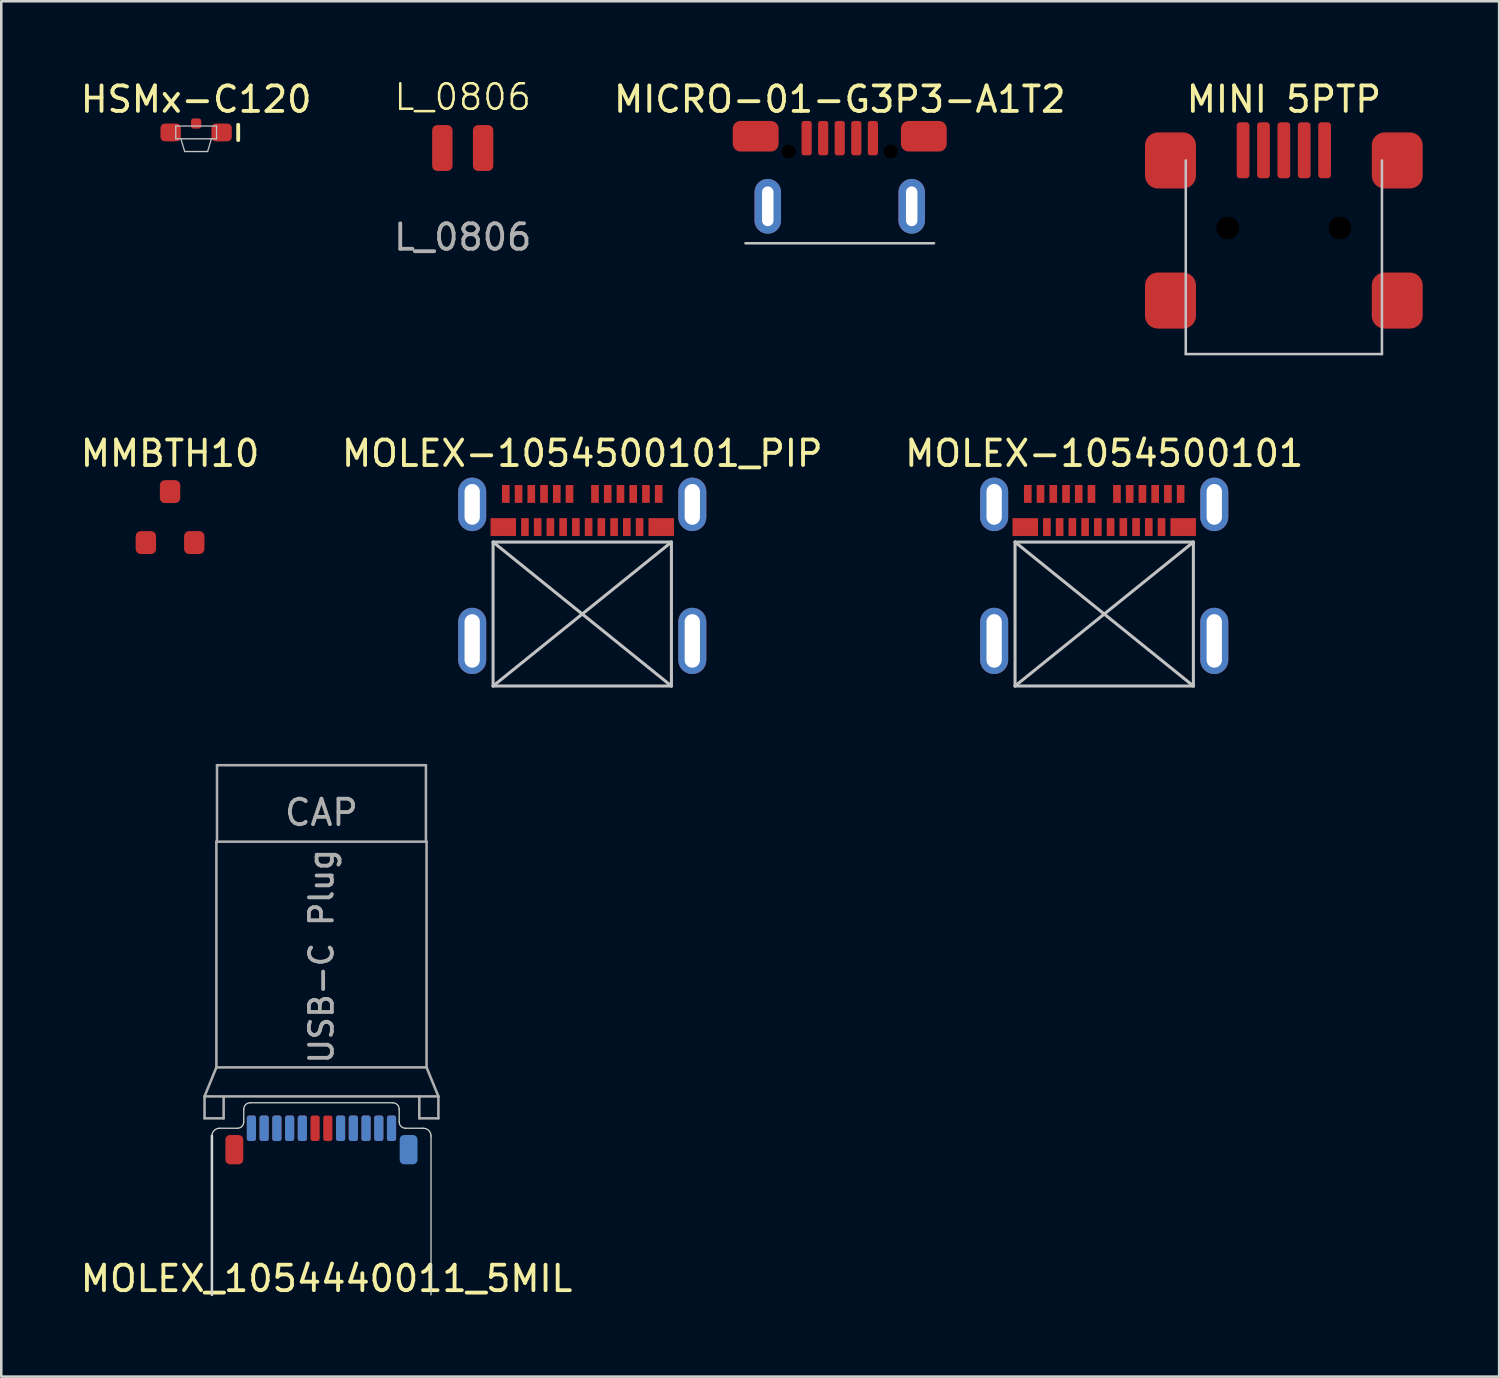
<source format=kicad_pcb>
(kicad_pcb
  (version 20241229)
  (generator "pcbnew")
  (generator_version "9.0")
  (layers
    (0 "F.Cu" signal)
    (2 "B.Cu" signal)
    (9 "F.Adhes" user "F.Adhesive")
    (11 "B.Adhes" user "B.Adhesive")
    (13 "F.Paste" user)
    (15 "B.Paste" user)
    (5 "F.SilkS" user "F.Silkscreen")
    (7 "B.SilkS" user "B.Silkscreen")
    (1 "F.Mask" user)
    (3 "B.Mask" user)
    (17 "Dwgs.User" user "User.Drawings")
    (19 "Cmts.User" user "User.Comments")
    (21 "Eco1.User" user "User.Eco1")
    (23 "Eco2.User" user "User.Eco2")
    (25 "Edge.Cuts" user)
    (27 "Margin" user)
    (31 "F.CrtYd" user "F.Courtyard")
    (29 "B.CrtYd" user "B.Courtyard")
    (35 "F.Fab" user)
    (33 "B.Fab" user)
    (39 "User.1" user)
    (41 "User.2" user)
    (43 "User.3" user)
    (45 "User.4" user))
  (footprint "MOLEX-1054500101"
    (layer "F.Cu")
    (at 40.292 16.747)
    (property "Reference" "MOLEX-1054500101" (at 0 -2 0) (layer "F.SilkS") (effects (font (size 1 1) (thickness 0.15))))
    (attr through_hole)
    (fp_line (start -3.5 1.48) (end 3.5 1.48) (stroke (width 0.12) (type solid)) (layer "Dwgs.User"))
    (fp_line (start -3.5 1.48) (end 3.5 7.13) (stroke (width 0.12) (type solid)) (layer "Dwgs.User"))
    (fp_line (start -3.5 7.13) (end -3.5 1.48) (stroke (width 0.12) (type solid)) (layer "Dwgs.User"))
    (fp_line (start -3.5 7.13) (end 3.5 1.48) (stroke (width 0.12) (type solid)) (layer "Dwgs.User"))
    (fp_line (start -3.5 7.13) (end 3.5 7.13) (stroke (width 0.12) (type solid)) (layer "Dwgs.User"))
    (fp_line (start 3.5 1.48) (end 3.5 7.13) (stroke (width 0.12) (type solid)) (layer "Dwgs.User"))
    (pad "A1" smd rect (at -3 -0.41) (size 0.3 0.7) (layers "F.Cu" "F.Mask" "F.Paste"))
    (pad "A2" smd rect (at -2.5 -0.41) (size 0.3 0.7) (layers "F.Cu" "F.Mask" "F.Paste"))
    (pad "A3" smd rect (at -2 -0.41) (size 0.3 0.7) (layers "F.Cu" "F.Mask" "F.Paste"))
    (pad "A4" smd rect (at -1.5 -0.41) (size 0.3 0.7) (layers "F.Cu" "F.Mask" "F.Paste"))
    (pad "A5" smd rect (at -1 -0.41) (size 0.3 0.7) (layers "F.Cu" "F.Mask" "F.Paste"))
    (pad "A6" smd rect (at -0.5 -0.41) (size 0.3 0.7) (layers "F.Cu" "F.Mask" "F.Paste"))
    (pad "A7" smd rect (at 0.5 -0.41) (size 0.3 0.7) (layers "F.Cu" "F.Mask" "F.Paste"))
    (pad "A8" smd rect (at 1 -0.41) (size 0.3 0.7) (layers "F.Cu" "F.Mask" "F.Paste"))
    (pad "A9" smd rect (at 1.5 -0.41) (size 0.3 0.7) (layers "F.Cu" "F.Mask" "F.Paste"))
    (pad "A10" smd rect (at 2 -0.41) (size 0.3 0.7) (layers "F.Cu" "F.Mask" "F.Paste"))
    (pad "A11" smd rect (at 2.5 -0.41) (size 0.3 0.7) (layers "F.Cu" "F.Mask" "F.Paste"))
    (pad "A12" smd rect (at 3 -0.41) (size 0.3 0.7) (layers "F.Cu" "F.Mask" "F.Paste"))
    (pad "B1" smd rect (at 3.1 0.89) (size 1 0.7) (layers "F.Cu" "F.Mask" "F.Paste"))
    (pad "B2" smd rect (at 2.25 0.89) (size 0.3 0.7) (layers "F.Cu" "F.Mask" "F.Paste"))
    (pad "B3" smd rect (at 1.75 0.89) (size 0.3 0.7) (layers "F.Cu" "F.Mask" "F.Paste"))
    (pad "B4" smd rect (at 1.25 0.89) (size 0.3 0.7) (layers "F.Cu" "F.Mask" "F.Paste"))
    (pad "B5" smd rect (at 0.75 0.89) (size 0.3 0.7) (layers "F.Cu" "F.Mask" "F.Paste"))
    (pad "B6" smd rect (at 0.25 0.89) (size 0.3 0.7) (layers "F.Cu" "F.Mask" "F.Paste"))
    (pad "B7" smd rect (at -0.25 0.89) (size 0.3 0.7) (layers "F.Cu" "F.Mask" "F.Paste"))
    (pad "B8" smd rect (at -0.75 0.89) (size 0.3 0.7) (layers "F.Cu" "F.Mask" "F.Paste"))
    (pad "B9" smd rect (at -1.25 0.89) (size 0.3 0.7) (layers "F.Cu" "F.Mask" "F.Paste"))
    (pad "B10" smd rect (at -1.75 0.89) (size 0.3 0.7) (layers "F.Cu" "F.Mask" "F.Paste"))
    (pad "B11" smd rect (at -2.25 0.89) (size 0.3 0.7) (layers "F.Cu" "F.Mask" "F.Paste"))
    (pad "B12" smd rect (at -3.1 0.89) (size 1 0.7) (layers "F.Cu" "F.Mask" "F.Paste"))
    (pad "S1" thru_hole oval (at -4.32 0) (size 1.1 2.1) (drill oval 0.6 1.6) (layers "*.Cu" "*.Mask"))
    (pad "S1" thru_hole oval (at -4.32 5.36) (size 1.1 2.6) (drill oval 0.6 2.1) (layers "*.Cu" "*.Mask"))
    (pad "S1" thru_hole oval (at 4.32 0) (size 1.1 2.1) (drill oval 0.6 1.6) (layers "*.Cu" "*.Mask"))
    (pad "S1" thru_hole oval (at 4.32 5.36) (size 1.1 2.6) (drill oval 0.6 2.1) (layers "*.Cu" "*.Mask")))
  (footprint "HSMx-C120"
    (layer "F.Cu")
    (at 4.649 2.148)
    (property "Reference" "HSMx-C120" (at 0 -1.3 0) (unlocked yes) (layer "F.SilkS") (effects (font (size 1 1) (thickness 0.15))))
    (attr smd)
    (fp_line (start 1.65 -0.3) (end 1.65 0.3) (stroke (width 0.152) (type solid)) (layer "F.SilkS"))
    (fp_line (start -0.8 -0.25) (end -0.8 0.25) (stroke (width 0.05) (type solid)) (layer "Dwgs.User"))
    (fp_line (start -0.8 0.25) (end 0.8 0.25) (stroke (width 0.05) (type solid)) (layer "Dwgs.User"))
    (fp_line (start -0.45 0.75) (end -0.6 0.25) (stroke (width 0.05) (type solid)) (layer "Dwgs.User"))
    (fp_line (start 0 0.75) (end -0.45 0.75) (stroke (width 0.05) (type solid)) (layer "Dwgs.User"))
    (fp_line (start 0 0.75) (end 0.45 0.75) (stroke (width 0.05) (type solid)) (layer "Dwgs.User"))
    (fp_line (start 0.45 0.75) (end 0.6 0.25) (stroke (width 0.05) (type solid)) (layer "Dwgs.User"))
    (fp_line (start 0.8 -0.25) (end -0.8 -0.25) (stroke (width 0.05) (type solid)) (layer "Dwgs.User"))
    (fp_line (start 0.8 0.25) (end 0.8 -0.25) (stroke (width 0.05) (type solid)) (layer "Dwgs.User"))
    (pad "" smd roundrect (at 0 -0.35) (size 0.4 0.4) (layers "F.Cu" "F.Mask" "F.Paste") (roundrect_rratio 0.25))
    (pad "1" smd roundrect (at 1 0) (size 0.8 0.7) (layers "F.Cu" "F.Mask" "F.Paste") (roundrect_rratio 0.25))
    (pad "2" smd roundrect (at -1 0) (size 0.8 0.7) (layers "F.Cu" "F.Mask" "F.Paste") (roundrect_rratio 0.25)))
  (footprint "MINI 5PTP"
    (layer "F.Cu")
    (at 47.343 3.248)
    (property "Reference" "MINI 5PTP" (at 0 -2.4 0) (unlocked yes) (layer "F.SilkS") (effects (font (size 1 1) (thickness 0.15))))
    (attr smd)
    (fp_line (start -3.85 7.6) (end -3.85 0) (stroke (width 0.1) (type solid)) (layer "Dwgs.User"))
    (fp_line (start 3.85 0) (end 3.85 7.6) (stroke (width 0.1) (type solid)) (layer "Dwgs.User"))
    (fp_line (start 3.85 7.6) (end -3.85 7.6) (stroke (width 0.1) (type solid)) (layer "Dwgs.User"))
    (pad "" np_thru_hole circle (at -2.2 2.65) (size 0.9 0.9) (drill 0.9) (layers "*.Mask"))
    (pad "" np_thru_hole circle (at 2.2 2.65) (size 0.9 0.9) (drill 0.9) (layers "*.Mask"))
    (pad "1" smd roundrect (at -1.6 -0.4) (size 0.5 2.2) (layers "F.Cu" "F.Mask" "F.Paste") (roundrect_rratio 0.25))
    (pad "2" smd roundrect (at -0.8 -0.4) (size 0.5 2.2) (layers "F.Cu" "F.Mask" "F.Paste") (roundrect_rratio 0.25))
    (pad "3" smd roundrect (at 0 -0.4) (size 0.5 2.2) (layers "F.Cu" "F.Mask" "F.Paste") (roundrect_rratio 0.25))
    (pad "4" smd roundrect (at 0.8 -0.4) (size 0.5 2.2) (layers "F.Cu" "F.Mask" "F.Paste") (roundrect_rratio 0.25))
    (pad "5" smd roundrect (at 1.6 -0.4) (size 0.5 2.2) (layers "F.Cu" "F.Mask" "F.Paste") (roundrect_rratio 0.25))
    (pad "6" smd roundrect (at -4.45 0) (size 2 2.2) (layers "F.Cu" "F.Mask" "F.Paste") (roundrect_rratio 0.25))
    (pad "6" smd roundrect (at -4.45 5.5) (size 2 2.2) (layers "F.Cu" "F.Mask" "F.Paste") (roundrect_rratio 0.25))
    (pad "6" smd roundrect (at 4.45 0) (size 2 2.2) (layers "F.Cu" "F.Mask" "F.Paste") (roundrect_rratio 0.25))
    (pad "6" smd roundrect (at 4.45 5.5) (size 2 2.2) (layers "F.Cu" "F.Mask" "F.Paste") (roundrect_rratio 0.25)))
  (footprint "MICRO-01-G3P3-A1T2"
    (layer "F.Cu")
    (at 29.911 5.048)
    (property "Reference" "MICRO-01-G3P3-A1T2" (at 0 -4.2 0) (unlocked yes) (layer "F.SilkS") (effects (font (size 1 1) (thickness 0.15))))
    (attr smd)
    (fp_line (start 3.7 1.45) (end -3.7 1.45) (stroke (width 0.1) (type solid)) (layer "Dwgs.User"))
    (pad "" np_thru_hole circle (at -2 -2.15) (size 0.55 0.55) (drill 0.55) (layers "*.Mask"))
    (pad "" np_thru_hole circle (at 2 -2.15) (size 0.55 0.55) (drill 0.55) (layers "*.Mask"))
    (pad "1" smd roundrect (at -1.3 -2.675) (size 0.4 1.35) (layers "F.Cu" "F.Mask" "F.Paste") (roundrect_rratio 0.25))
    (pad "2" smd roundrect (at -0.65 -2.675) (size 0.4 1.35) (layers "F.Cu" "F.Mask" "F.Paste") (roundrect_rratio 0.25))
    (pad "3" smd roundrect (at 0 -2.675) (size 0.4 1.35) (layers "F.Cu" "F.Mask" "F.Paste") (roundrect_rratio 0.25))
    (pad "4" smd roundrect (at 0.65 -2.675) (size 0.4 1.35) (layers "F.Cu" "F.Mask" "F.Paste") (roundrect_rratio 0.25))
    (pad "5" smd roundrect (at 1.3 -2.675) (size 0.4 1.35) (layers "F.Cu" "F.Mask" "F.Paste") (roundrect_rratio 0.25))
    (pad "6" smd roundrect (at -3.3 -2.75) (size 1.8 1.2) (layers "F.Cu" "F.Mask" "F.Paste") (roundrect_rratio 0.25))
    (pad "6" thru_hole oval (at -2.825 0) (size 1.04 2.15) (drill oval 0.45 1.56) (layers "*.Cu" "*.Mask"))
    (pad "6" thru_hole oval (at 2.825 0) (size 1.04 2.15) (drill oval 0.45 1.56) (layers "*.Cu" "*.Mask"))
    (pad "6" smd roundrect (at 3.3 -2.75) (size 1.8 1.2) (layers "F.Cu" "F.Mask" "F.Paste") (roundrect_rratio 0.25)))
  (footprint "MOLEX-1054500101_PIP"
    (layer "F.Cu")
    (at 19.804 16.747)
    (property "Reference" "MOLEX-1054500101_PIP" (at 0 -2 0) (layer "F.SilkS") (effects (font (size 1 1) (thickness 0.15))))
    (attr through_hole)
    (fp_poly (pts (xy -3.81 1.067) (xy -4.826 1.067) (xy -4.826 -1.067) (xy -3.81 -1.067)) (stroke (width 0.1) (type solid)) (fill yes) (layer "F.Paste"))
    (fp_poly (pts (xy -3.632 6.706) (xy -5.004 6.706) (xy -5.004 4.013) (xy -3.632 4.013)) (stroke (width 0.1) (type solid)) (fill yes) (layer "F.Paste"))
    (fp_poly (pts (xy 4.826 1.067) (xy 3.81 1.067) (xy 3.81 -1.067) (xy 4.826 -1.067)) (stroke (width 0.1) (type solid)) (fill yes) (layer "F.Paste"))
    (fp_poly (pts (xy 5.004 6.706) (xy 3.632 6.706) (xy 3.632 4.013) (xy 5.004 4.013)) (stroke (width 0.1) (type solid)) (fill yes) (layer "F.Paste"))
    (fp_line (start -3.5 1.48) (end 3.5 1.48) (stroke (width 0.12) (type solid)) (layer "Dwgs.User"))
    (fp_line (start -3.5 1.48) (end 3.5 7.13) (stroke (width 0.12) (type solid)) (layer "Dwgs.User"))
    (fp_line (start -3.5 7.13) (end -3.5 1.48) (stroke (width 0.12) (type solid)) (layer "Dwgs.User"))
    (fp_line (start -3.5 7.13) (end 3.5 1.48) (stroke (width 0.12) (type solid)) (layer "Dwgs.User"))
    (fp_line (start -3.5 7.13) (end 3.5 7.13) (stroke (width 0.12) (type solid)) (layer "Dwgs.User"))
    (fp_line (start 3.5 1.48) (end 3.5 7.13) (stroke (width 0.12) (type solid)) (layer "Dwgs.User"))
    (pad "A1" smd rect (at -3 -0.41) (size 0.3 0.7) (layers "F.Cu" "F.Mask" "F.Paste"))
    (pad "A2" smd rect (at -2.5 -0.41) (size 0.3 0.7) (layers "F.Cu" "F.Mask" "F.Paste"))
    (pad "A3" smd rect (at -2 -0.41) (size 0.3 0.7) (layers "F.Cu" "F.Mask" "F.Paste"))
    (pad "A4" smd rect (at -1.5 -0.41) (size 0.3 0.7) (layers "F.Cu" "F.Mask" "F.Paste"))
    (pad "A5" smd rect (at -1 -0.41) (size 0.3 0.7) (layers "F.Cu" "F.Mask" "F.Paste"))
    (pad "A6" smd rect (at -0.5 -0.41) (size 0.3 0.7) (layers "F.Cu" "F.Mask" "F.Paste"))
    (pad "A7" smd rect (at 0.5 -0.41) (size 0.3 0.7) (layers "F.Cu" "F.Mask" "F.Paste"))
    (pad "A8" smd rect (at 1 -0.41) (size 0.3 0.7) (layers "F.Cu" "F.Mask" "F.Paste"))
    (pad "A9" smd rect (at 1.5 -0.41) (size 0.3 0.7) (layers "F.Cu" "F.Mask" "F.Paste"))
    (pad "A10" smd rect (at 2 -0.41) (size 0.3 0.7) (layers "F.Cu" "F.Mask" "F.Paste"))
    (pad "A11" smd rect (at 2.5 -0.41) (size 0.3 0.7) (layers "F.Cu" "F.Mask" "F.Paste"))
    (pad "A12" smd rect (at 3 -0.41) (size 0.3 0.7) (layers "F.Cu" "F.Mask" "F.Paste"))
    (pad "B1" smd rect (at 3.1 0.89) (size 1 0.7) (layers "F.Cu" "F.Mask" "F.Paste"))
    (pad "B2" smd rect (at 2.25 0.89) (size 0.3 0.7) (layers "F.Cu" "F.Mask" "F.Paste"))
    (pad "B3" smd rect (at 1.75 0.89) (size 0.3 0.7) (layers "F.Cu" "F.Mask" "F.Paste"))
    (pad "B4" smd rect (at 1.25 0.89) (size 0.3 0.7) (layers "F.Cu" "F.Mask" "F.Paste"))
    (pad "B5" smd rect (at 0.75 0.89) (size 0.3 0.7) (layers "F.Cu" "F.Mask" "F.Paste"))
    (pad "B6" smd rect (at 0.25 0.89) (size 0.3 0.7) (layers "F.Cu" "F.Mask" "F.Paste"))
    (pad "B7" smd rect (at -0.25 0.89) (size 0.3 0.7) (layers "F.Cu" "F.Mask" "F.Paste"))
    (pad "B8" smd rect (at -0.75 0.89) (size 0.3 0.7) (layers "F.Cu" "F.Mask" "F.Paste"))
    (pad "B9" smd rect (at -1.25 0.89) (size 0.3 0.7) (layers "F.Cu" "F.Mask" "F.Paste"))
    (pad "B10" smd rect (at -1.75 0.89) (size 0.3 0.7) (layers "F.Cu" "F.Mask" "F.Paste"))
    (pad "B11" smd rect (at -2.25 0.89) (size 0.3 0.7) (layers "F.Cu" "F.Mask" "F.Paste"))
    (pad "B12" smd rect (at -3.1 0.89) (size 1 0.7) (layers "F.Cu" "F.Mask" "F.Paste"))
    (pad "S1" thru_hole oval (at -4.32 0) (size 1.1 2.1) (drill oval 0.6 1.6) (layers "*.Cu" "*.Mask"))
    (pad "S1" thru_hole oval (at -4.32 5.36) (size 1.1 2.6) (drill oval 0.6 2.1) (layers "*.Cu" "*.Mask"))
    (pad "S1" thru_hole oval (at 4.32 0) (size 1.1 2.1) (drill oval 0.6 1.6) (layers "*.Cu" "*.Mask"))
    (pad "S1" thru_hole oval (at 4.32 5.36) (size 1.1 2.6) (drill oval 0.6 2.1) (layers "*.Cu" "*.Mask")))
  (footprint "MOLEX_1054440011_5MIL"
    (layer "F.Cu")
    (at 9.568 41.236)
    (property "Reference" "MOLEX_1054440011_5MIL" (at 0.2 5.9 0) (unlocked yes) (layer "F.SilkS") (effects (font (size 1 1) (thickness 0.15))))
    (attr smd)
    (fp_line (start -4.3 0.3) (end -4.3 6.54) (stroke (width 0.1) (type solid)) (layer "Edge.Cuts"))
    (fp_line (start -3.3 0) (end -4 0) (stroke (width 0.05) (type solid)) (layer "Edge.Cuts"))
    (fp_line (start -3.05 -0.25) (end -3.05 -0.75) (stroke (width 0.05) (type solid)) (layer "Edge.Cuts"))
    (fp_line (start -2.8 -1) (end 2.8 -1) (stroke (width 0.05) (type solid)) (layer "Edge.Cuts"))
    (fp_line (start 3.05 -0.25) (end 3.05 -0.75) (stroke (width 0.05) (type solid)) (layer "Edge.Cuts"))
    (fp_line (start 3.3 0) (end 4 0) (stroke (width 0.05) (type solid)) (layer "Edge.Cuts"))
    (fp_line (start 4.3 0.3) (end 4.3 6.54) (stroke (width 0.05) (type solid)) (layer "Edge.Cuts"))
    (fp_arc (start -4.3 0.3) (mid -4.212132 0.087868) (end -4 0) (stroke (width 0.05) (type solid)) (layer "Edge.Cuts"))
    (fp_arc (start -3.05 -0.75) (mid -2.976777 -0.926777) (end -2.8 -1) (stroke (width 0.05) (type solid)) (layer "Edge.Cuts"))
    (fp_arc (start -3.05 -0.25) (mid -3.123223 -0.073223) (end -3.3 0) (stroke (width 0.05) (type solid)) (layer "Edge.Cuts"))
    (fp_arc (start 2.8 -1) (mid 2.976777 -0.926777) (end 3.05 -0.75) (stroke (width 0.05) (type solid)) (layer "Edge.Cuts"))
    (fp_arc (start 3.3 0) (mid 3.123223 -0.073223) (end 3.05 -0.25) (stroke (width 0.05) (type solid)) (layer "Edge.Cuts"))
    (fp_arc (start 4 0) (mid 4.212132 0.087868) (end 4.3 0.3) (stroke (width 0.05) (type solid)) (layer "Edge.Cuts"))
    (fp_line (start -4.59 -1.25) (end -4.59 -0.39) (stroke (width 0.1) (type solid)) (layer "F.Fab"))
    (fp_line (start -4.59 -1.25) (end -4.125 -2.39) (stroke (width 0.1) (type solid)) (layer "F.Fab"))
    (fp_line (start -4.59 -0.39) (end -3.84 -0.39) (stroke (width 0.1) (type solid)) (layer "F.Fab"))
    (fp_line (start -4.125 -11.25) (end -4.125 -2.39) (stroke (width 0.1) (type solid)) (layer "F.Fab"))
    (fp_line (start -4.125 -2.39) (end 4.125 -2.39) (stroke (width 0.1) (type solid)) (layer "F.Fab"))
    (fp_line (start -4.1 -11.25) (end -4.1 -14.25) (stroke (width 0.1) (type solid)) (layer "F.Fab"))
    (fp_line (start -3.84 -0.39) (end -3.84 -1.25) (stroke (width 0.1) (type solid)) (layer "F.Fab"))
    (fp_line (start 3.84 -0.39) (end 3.84 -1.25) (stroke (width 0.1) (type solid)) (layer "F.Fab"))
    (fp_line (start 4.1 -14.25) (end -4.1 -14.25) (stroke (width 0.1) (type solid)) (layer "F.Fab"))
    (fp_line (start 4.1 -11.25) (end 4.1 -14.25) (stroke (width 0.1) (type solid)) (layer "F.Fab"))
    (fp_line (start 4.125 -11.25) (end -4.125 -11.25) (stroke (width 0.1) (type solid)) (layer "F.Fab"))
    (fp_line (start 4.125 -2.39) (end 4.125 -11.25) (stroke (width 0.1) (type solid)) (layer "F.Fab"))
    (fp_line (start 4.125 -2.39) (end 4.59 -1.25) (stroke (width 0.1) (type solid)) (layer "F.Fab"))
    (fp_line (start 4.59 -1.25) (end -4.59 -1.25) (stroke (width 0.1) (type solid)) (layer "F.Fab"))
    (fp_line (start 4.59 -1.25) (end 4.59 -0.39) (stroke (width 0.1) (type solid)) (layer "F.Fab"))
    (fp_line (start 4.59 -0.39) (end 3.84 -0.39) (stroke (width 0.1) (type solid)) (layer "F.Fab"))
    (fp_text user "CAP" (at 0 -12.39 0) (unlocked yes) (layer "F.Fab") (effects (font (size 1 1) (thickness 0.15))))
    (fp_text user "USB-C Plug" (at 0 -6.75 90) (unlocked yes) (layer "F.Fab") (effects (font (size 0.9 0.9) (thickness 0.15))))
    (pad "A1" smd roundrect (at -2.75 0) (size 0.36 1) (layers "F.Cu" "F.Mask" "F.Paste") (roundrect_rratio 0.25))
    (pad "A2" smd roundrect (at -2.25 0) (size 0.36 1) (layers "F.Cu" "F.Mask" "F.Paste") (roundrect_rratio 0.25))
    (pad "A3" smd roundrect (at -1.75 0) (size 0.36 1) (layers "F.Cu" "F.Mask" "F.Paste") (roundrect_rratio 0.25))
    (pad "A4" smd roundrect (at -1.25 0) (size 0.36 1) (layers "F.Cu" "F.Mask" "F.Paste") (roundrect_rratio 0.25))
    (pad "A5" smd roundrect (at -0.75 0) (size 0.36 1) (layers "F.Cu" "F.Mask" "F.Paste") (roundrect_rratio 0.25))
    (pad "A6" smd roundrect (at -0.25 0) (size 0.36 1) (layers "F.Cu" "F.Mask" "F.Paste") (roundrect_rratio 0.25))
    (pad "A7" smd roundrect (at 0.25 0) (size 0.36 1) (layers "F.Cu" "F.Mask" "F.Paste") (roundrect_rratio 0.25))
    (pad "A8" smd roundrect (at 0.75 0) (size 0.36 1) (layers "F.Cu" "F.Mask" "F.Paste") (roundrect_rratio 0.25))
    (pad "A9" smd roundrect (at 1.25 0) (size 0.36 1) (layers "F.Cu" "F.Mask" "F.Paste") (roundrect_rratio 0.25))
    (pad "A10" smd roundrect (at 1.75 0) (size 0.36 1) (layers "F.Cu" "F.Mask" "F.Paste") (roundrect_rratio 0.25))
    (pad "A11" smd roundrect (at 2.25 0) (size 0.36 1) (layers "F.Cu" "F.Mask" "F.Paste") (roundrect_rratio 0.25))
    (pad "A12" smd roundrect (at 2.75 0) (size 0.36 1) (layers "F.Cu" "F.Mask" "F.Paste") (roundrect_rratio 0.25))
    (pad "B1" smd roundrect (at 2.75 0) (size 0.36 1) (layers "B.Cu" "B.Mask" "B.Paste") (roundrect_rratio 0.25))
    (pad "B2" smd roundrect (at 2.25 0) (size 0.36 1) (layers "B.Cu" "B.Mask" "B.Paste") (roundrect_rratio 0.25))
    (pad "B3" smd roundrect (at 1.75 0) (size 0.36 1) (layers "B.Cu" "B.Mask" "B.Paste") (roundrect_rratio 0.25))
    (pad "B4" smd roundrect (at 1.25 0) (size 0.36 1) (layers "B.Cu" "B.Mask" "B.Paste") (roundrect_rratio 0.25))
    (pad "B5" smd roundrect (at 0.75 0) (size 0.36 1) (layers "B.Cu" "B.Mask" "B.Paste") (roundrect_rratio 0.25))
    (pad "B8" smd roundrect (at -0.75 0) (size 0.36 1) (layers "B.Cu" "B.Mask" "B.Paste") (roundrect_rratio 0.25))
    (pad "B9" smd roundrect (at -1.25 0) (size 0.36 1) (layers "B.Cu" "B.Mask" "B.Paste") (roundrect_rratio 0.25))
    (pad "B10" smd roundrect (at -1.75 0) (size 0.36 1) (layers "B.Cu" "B.Mask" "B.Paste") (roundrect_rratio 0.25))
    (pad "B11" smd roundrect (at -2.25 0) (size 0.36 1) (layers "B.Cu" "B.Mask" "B.Paste") (roundrect_rratio 0.25))
    (pad "B12" smd roundrect (at -2.75 0) (size 0.36 1) (layers "B.Cu" "B.Mask" "B.Paste") (roundrect_rratio 0.25))
    (pad "S1" smd roundrect (at -3.42 0.84) (size 0.7 1.15) (layers "F.Cu" "F.Mask" "F.Paste") (roundrect_rratio 0.25))
    (pad "S1" smd roundrect (at 3.42 0.84) (size 0.7 1.15) (layers "B.Cu" "B.Mask" "B.Paste") (roundrect_rratio 0.25)))
  (footprint "L_0806"
    (layer "F.Cu")
    (at 15.113 2.76)
    (property "Reference" "L_0806" (at 0 -2 0) (unlocked yes) (layer "F.SilkS") (effects (font (size 1 1) (thickness 0.1))))
    (attr smd)
    (fp_text user "${REFERENCE}" (at 0 3.5 0) (unlocked yes) (layer "F.Fab") (effects (font (size 1 1) (thickness 0.15))))
    (pad "1" smd roundrect (at -0.8 0 90) (size 1.8 0.8) (layers "F.Cu" "F.Mask" "F.Paste") (roundrect_rratio 0.25))
    (pad "2" smd roundrect (at 0.8 0 90) (size 1.8 0.8) (layers "F.Cu" "F.Mask" "F.Paste") (roundrect_rratio 0.25)))
  (footprint "MMBTH10"
    (layer "F.Cu")
    (at 3.625 17.247)
    (property "Reference" "MMBTH10" (at 0 -2.5 0) (unlocked yes) (layer "F.SilkS") (effects (font (size 1 1) (thickness 0.15))))
    (attr smd)
    (pad "1" smd roundrect (at -0.95 1) (size 0.8 0.9) (layers "F.Cu" "F.Mask" "F.Paste") (roundrect_rratio 0.25))
    (pad "2" smd roundrect (at 0.95 1) (size 0.8 0.9) (layers "F.Cu" "F.Mask" "F.Paste") (roundrect_rratio 0.25))
    (pad "3" smd roundrect (at 0 -1) (size 0.8 0.9) (layers "F.Cu" "F.Mask" "F.Paste") (roundrect_rratio 0.25)))
  (gr_rect
    (start -3 -3)
    (end 55.793 50.985)
    (stroke (width 0.1) (type default))
    (fill no)
    (layer "Edge.Cuts")))
</source>
